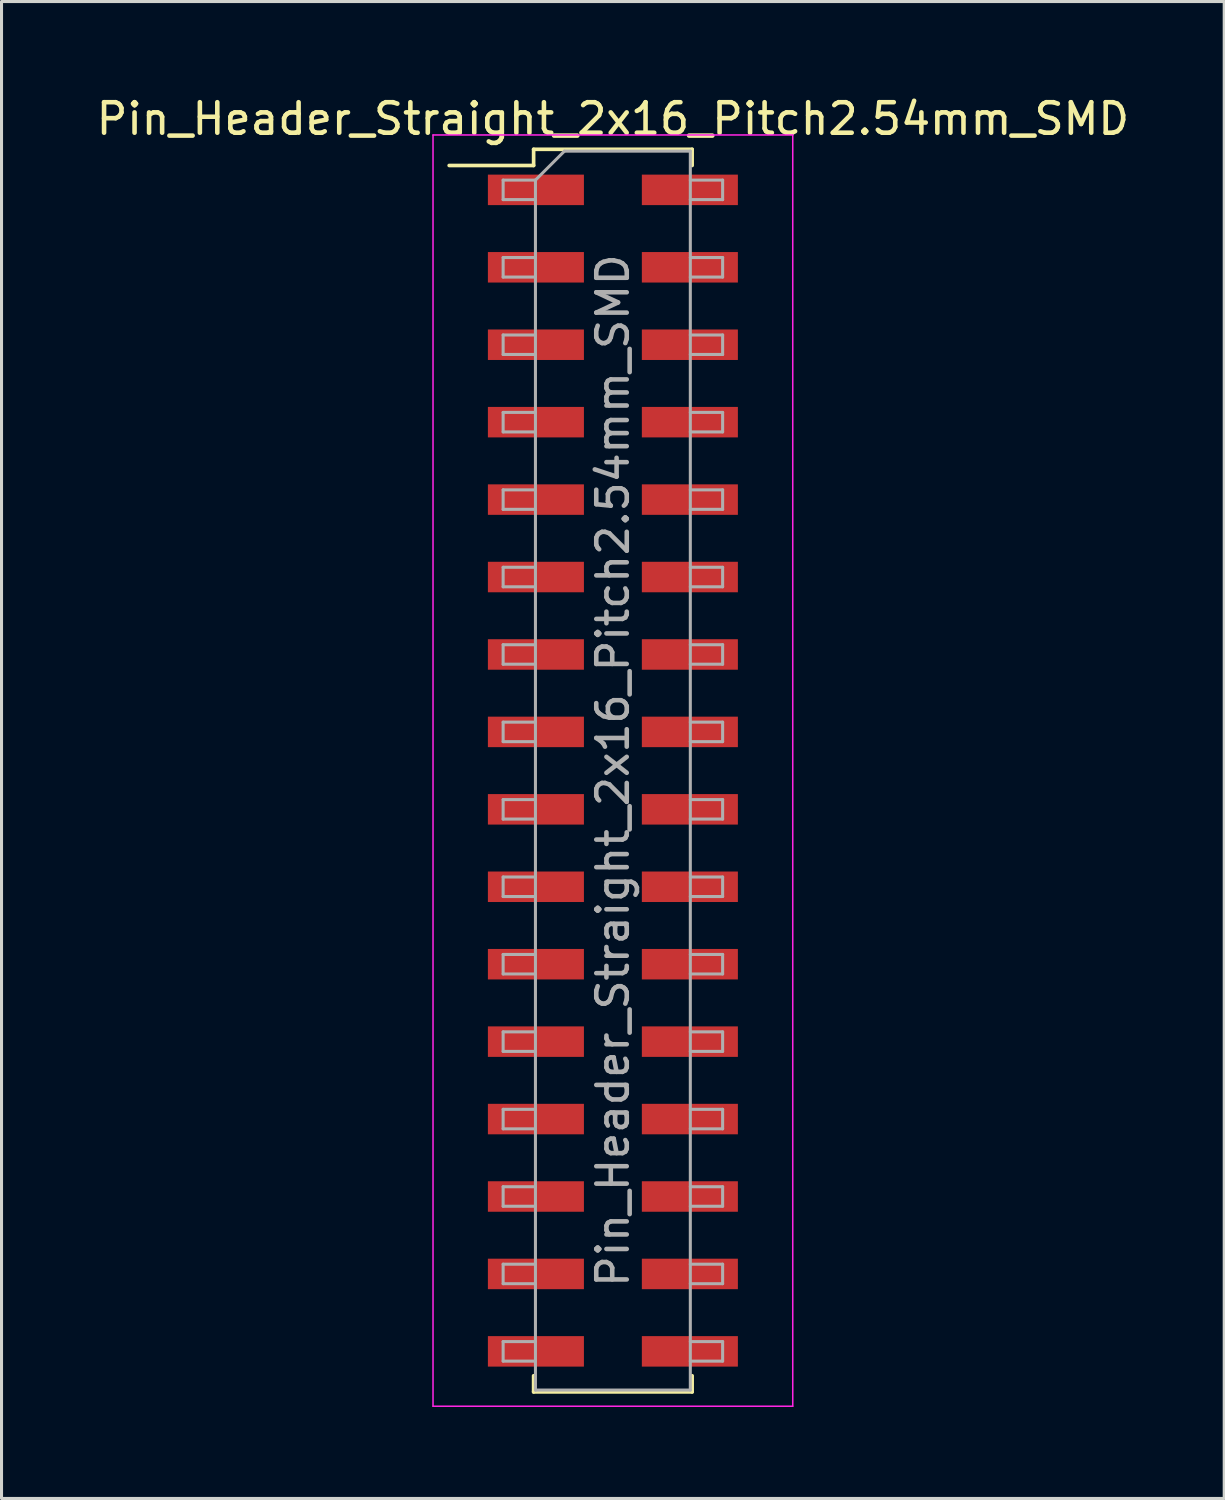
<source format=kicad_pcb>
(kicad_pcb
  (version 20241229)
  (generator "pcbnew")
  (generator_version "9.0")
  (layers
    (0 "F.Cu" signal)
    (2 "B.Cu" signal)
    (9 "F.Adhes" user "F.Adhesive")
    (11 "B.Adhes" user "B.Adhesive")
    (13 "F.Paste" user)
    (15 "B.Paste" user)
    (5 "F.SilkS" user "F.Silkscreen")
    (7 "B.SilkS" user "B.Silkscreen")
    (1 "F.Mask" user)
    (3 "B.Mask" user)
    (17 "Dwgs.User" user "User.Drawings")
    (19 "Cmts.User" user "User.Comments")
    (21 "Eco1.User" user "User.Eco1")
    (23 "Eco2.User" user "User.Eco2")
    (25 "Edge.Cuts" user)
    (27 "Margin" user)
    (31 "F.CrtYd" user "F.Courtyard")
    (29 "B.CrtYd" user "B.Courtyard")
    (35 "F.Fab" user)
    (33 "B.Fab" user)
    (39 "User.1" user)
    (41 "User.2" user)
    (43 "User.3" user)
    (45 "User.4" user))
  (footprint "Pin_Header_Straight_2x16_Pitch2.54mm_SMD"
    (layer "F.Cu")
    (at 17.054 22.228)
    (property "Reference" "Pin_Header_Straight_2x16_Pitch2.54mm_SMD" (at 0 -21.38 0) (layer "F.SilkS") (effects (font (size 1 1) (thickness 0.15))))
    (attr smd)
    (fp_line (start -5.37 -19.85) (end -2.6 -19.85) (stroke (width 0.12) (type solid)) (layer "F.SilkS"))
    (fp_line (start -2.6 -20.38) (end 2.6 -20.38) (stroke (width 0.12) (type solid)) (layer "F.SilkS"))
    (fp_line (start -2.6 -19.85) (end -2.6 -20.38) (stroke (width 0.12) (type solid)) (layer "F.SilkS"))
    (fp_line (start -2.6 19.85) (end -2.6 20.38) (stroke (width 0.12) (type solid)) (layer "F.SilkS"))
    (fp_line (start -2.6 20.38) (end 2.6 20.38) (stroke (width 0.12) (type solid)) (layer "F.SilkS"))
    (fp_line (start 2.6 -20.38) (end 2.6 -19.85) (stroke (width 0.12) (type solid)) (layer "F.SilkS"))
    (fp_line (start 2.6 20.38) (end 2.6 19.85) (stroke (width 0.12) (type solid)) (layer "F.SilkS"))
    (fp_line (start -5.9 -20.85) (end -5.9 20.85) (stroke (width 0.05) (type solid)) (layer "F.CrtYd"))
    (fp_line (start -5.9 20.85) (end 5.9 20.85) (stroke (width 0.05) (type solid)) (layer "F.CrtYd"))
    (fp_line (start 5.9 -20.85) (end -5.9 -20.85) (stroke (width 0.05) (type solid)) (layer "F.CrtYd"))
    (fp_line (start 5.9 20.85) (end 5.9 -20.85) (stroke (width 0.05) (type solid)) (layer "F.CrtYd"))
    (fp_line (start -3.6 -19.37) (end -3.6 -18.73) (stroke (width 0.1) (type solid)) (layer "F.Fab"))
    (fp_line (start -3.6 -18.73) (end -2.54 -18.73) (stroke (width 0.1) (type solid)) (layer "F.Fab"))
    (fp_line (start -3.6 -16.83) (end -3.6 -16.19) (stroke (width 0.1) (type solid)) (layer "F.Fab"))
    (fp_line (start -3.6 -16.19) (end -2.54 -16.19) (stroke (width 0.1) (type solid)) (layer "F.Fab"))
    (fp_line (start -3.6 -14.29) (end -3.6 -13.65) (stroke (width 0.1) (type solid)) (layer "F.Fab"))
    (fp_line (start -3.6 -13.65) (end -2.54 -13.65) (stroke (width 0.1) (type solid)) (layer "F.Fab"))
    (fp_line (start -3.6 -11.75) (end -3.6 -11.11) (stroke (width 0.1) (type solid)) (layer "F.Fab"))
    (fp_line (start -3.6 -11.11) (end -2.54 -11.11) (stroke (width 0.1) (type solid)) (layer "F.Fab"))
    (fp_line (start -3.6 -9.21) (end -3.6 -8.57) (stroke (width 0.1) (type solid)) (layer "F.Fab"))
    (fp_line (start -3.6 -8.57) (end -2.54 -8.57) (stroke (width 0.1) (type solid)) (layer "F.Fab"))
    (fp_line (start -3.6 -6.67) (end -3.6 -6.03) (stroke (width 0.1) (type solid)) (layer "F.Fab"))
    (fp_line (start -3.6 -6.03) (end -2.54 -6.03) (stroke (width 0.1) (type solid)) (layer "F.Fab"))
    (fp_line (start -3.6 -4.13) (end -3.6 -3.49) (stroke (width 0.1) (type solid)) (layer "F.Fab"))
    (fp_line (start -3.6 -3.49) (end -2.54 -3.49) (stroke (width 0.1) (type solid)) (layer "F.Fab"))
    (fp_line (start -3.6 -1.59) (end -3.6 -0.95) (stroke (width 0.1) (type solid)) (layer "F.Fab"))
    (fp_line (start -3.6 -0.95) (end -2.54 -0.95) (stroke (width 0.1) (type solid)) (layer "F.Fab"))
    (fp_line (start -3.6 0.95) (end -3.6 1.59) (stroke (width 0.1) (type solid)) (layer "F.Fab"))
    (fp_line (start -3.6 1.59) (end -2.54 1.59) (stroke (width 0.1) (type solid)) (layer "F.Fab"))
    (fp_line (start -3.6 3.49) (end -3.6 4.13) (stroke (width 0.1) (type solid)) (layer "F.Fab"))
    (fp_line (start -3.6 4.13) (end -2.54 4.13) (stroke (width 0.1) (type solid)) (layer "F.Fab"))
    (fp_line (start -3.6 6.03) (end -3.6 6.67) (stroke (width 0.1) (type solid)) (layer "F.Fab"))
    (fp_line (start -3.6 6.67) (end -2.54 6.67) (stroke (width 0.1) (type solid)) (layer "F.Fab"))
    (fp_line (start -3.6 8.57) (end -3.6 9.21) (stroke (width 0.1) (type solid)) (layer "F.Fab"))
    (fp_line (start -3.6 9.21) (end -2.54 9.21) (stroke (width 0.1) (type solid)) (layer "F.Fab"))
    (fp_line (start -3.6 11.11) (end -3.6 11.75) (stroke (width 0.1) (type solid)) (layer "F.Fab"))
    (fp_line (start -3.6 11.75) (end -2.54 11.75) (stroke (width 0.1) (type solid)) (layer "F.Fab"))
    (fp_line (start -3.6 13.65) (end -3.6 14.29) (stroke (width 0.1) (type solid)) (layer "F.Fab"))
    (fp_line (start -3.6 14.29) (end -2.54 14.29) (stroke (width 0.1) (type solid)) (layer "F.Fab"))
    (fp_line (start -3.6 16.19) (end -3.6 16.83) (stroke (width 0.1) (type solid)) (layer "F.Fab"))
    (fp_line (start -3.6 16.83) (end -2.54 16.83) (stroke (width 0.1) (type solid)) (layer "F.Fab"))
    (fp_line (start -3.6 18.73) (end -3.6 19.37) (stroke (width 0.1) (type solid)) (layer "F.Fab"))
    (fp_line (start -3.6 19.37) (end -2.54 19.37) (stroke (width 0.1) (type solid)) (layer "F.Fab"))
    (fp_line (start -2.54 -19.37) (end -3.6 -19.37) (stroke (width 0.1) (type solid)) (layer "F.Fab"))
    (fp_line (start -2.54 -19.37) (end -1.59 -20.32) (stroke (width 0.1) (type solid)) (layer "F.Fab"))
    (fp_line (start -2.54 -16.83) (end -3.6 -16.83) (stroke (width 0.1) (type solid)) (layer "F.Fab"))
    (fp_line (start -2.54 -14.29) (end -3.6 -14.29) (stroke (width 0.1) (type solid)) (layer "F.Fab"))
    (fp_line (start -2.54 -11.75) (end -3.6 -11.75) (stroke (width 0.1) (type solid)) (layer "F.Fab"))
    (fp_line (start -2.54 -9.21) (end -3.6 -9.21) (stroke (width 0.1) (type solid)) (layer "F.Fab"))
    (fp_line (start -2.54 -6.67) (end -3.6 -6.67) (stroke (width 0.1) (type solid)) (layer "F.Fab"))
    (fp_line (start -2.54 -4.13) (end -3.6 -4.13) (stroke (width 0.1) (type solid)) (layer "F.Fab"))
    (fp_line (start -2.54 -1.59) (end -3.6 -1.59) (stroke (width 0.1) (type solid)) (layer "F.Fab"))
    (fp_line (start -2.54 0.95) (end -3.6 0.95) (stroke (width 0.1) (type solid)) (layer "F.Fab"))
    (fp_line (start -2.54 3.49) (end -3.6 3.49) (stroke (width 0.1) (type solid)) (layer "F.Fab"))
    (fp_line (start -2.54 6.03) (end -3.6 6.03) (stroke (width 0.1) (type solid)) (layer "F.Fab"))
    (fp_line (start -2.54 8.57) (end -3.6 8.57) (stroke (width 0.1) (type solid)) (layer "F.Fab"))
    (fp_line (start -2.54 11.11) (end -3.6 11.11) (stroke (width 0.1) (type solid)) (layer "F.Fab"))
    (fp_line (start -2.54 13.65) (end -3.6 13.65) (stroke (width 0.1) (type solid)) (layer "F.Fab"))
    (fp_line (start -2.54 16.19) (end -3.6 16.19) (stroke (width 0.1) (type solid)) (layer "F.Fab"))
    (fp_line (start -2.54 18.73) (end -3.6 18.73) (stroke (width 0.1) (type solid)) (layer "F.Fab"))
    (fp_line (start -2.54 20.32) (end -2.54 -19.37) (stroke (width 0.1) (type solid)) (layer "F.Fab"))
    (fp_line (start -1.59 -20.32) (end 2.54 -20.32) (stroke (width 0.1) (type solid)) (layer "F.Fab"))
    (fp_line (start 2.54 -20.32) (end 2.54 20.32) (stroke (width 0.1) (type solid)) (layer "F.Fab"))
    (fp_line (start 2.54 -19.37) (end 3.6 -19.37) (stroke (width 0.1) (type solid)) (layer "F.Fab"))
    (fp_line (start 2.54 -16.83) (end 3.6 -16.83) (stroke (width 0.1) (type solid)) (layer "F.Fab"))
    (fp_line (start 2.54 -14.29) (end 3.6 -14.29) (stroke (width 0.1) (type solid)) (layer "F.Fab"))
    (fp_line (start 2.54 -11.75) (end 3.6 -11.75) (stroke (width 0.1) (type solid)) (layer "F.Fab"))
    (fp_line (start 2.54 -9.21) (end 3.6 -9.21) (stroke (width 0.1) (type solid)) (layer "F.Fab"))
    (fp_line (start 2.54 -6.67) (end 3.6 -6.67) (stroke (width 0.1) (type solid)) (layer "F.Fab"))
    (fp_line (start 2.54 -4.13) (end 3.6 -4.13) (stroke (width 0.1) (type solid)) (layer "F.Fab"))
    (fp_line (start 2.54 -1.59) (end 3.6 -1.59) (stroke (width 0.1) (type solid)) (layer "F.Fab"))
    (fp_line (start 2.54 0.95) (end 3.6 0.95) (stroke (width 0.1) (type solid)) (layer "F.Fab"))
    (fp_line (start 2.54 3.49) (end 3.6 3.49) (stroke (width 0.1) (type solid)) (layer "F.Fab"))
    (fp_line (start 2.54 6.03) (end 3.6 6.03) (stroke (width 0.1) (type solid)) (layer "F.Fab"))
    (fp_line (start 2.54 8.57) (end 3.6 8.57) (stroke (width 0.1) (type solid)) (layer "F.Fab"))
    (fp_line (start 2.54 11.11) (end 3.6 11.11) (stroke (width 0.1) (type solid)) (layer "F.Fab"))
    (fp_line (start 2.54 13.65) (end 3.6 13.65) (stroke (width 0.1) (type solid)) (layer "F.Fab"))
    (fp_line (start 2.54 16.19) (end 3.6 16.19) (stroke (width 0.1) (type solid)) (layer "F.Fab"))
    (fp_line (start 2.54 18.73) (end 3.6 18.73) (stroke (width 0.1) (type solid)) (layer "F.Fab"))
    (fp_line (start 2.54 20.32) (end -2.54 20.32) (stroke (width 0.1) (type solid)) (layer "F.Fab"))
    (fp_line (start 3.6 -19.37) (end 3.6 -18.73) (stroke (width 0.1) (type solid)) (layer "F.Fab"))
    (fp_line (start 3.6 -18.73) (end 2.54 -18.73) (stroke (width 0.1) (type solid)) (layer "F.Fab"))
    (fp_line (start 3.6 -16.83) (end 3.6 -16.19) (stroke (width 0.1) (type solid)) (layer "F.Fab"))
    (fp_line (start 3.6 -16.19) (end 2.54 -16.19) (stroke (width 0.1) (type solid)) (layer "F.Fab"))
    (fp_line (start 3.6 -14.29) (end 3.6 -13.65) (stroke (width 0.1) (type solid)) (layer "F.Fab"))
    (fp_line (start 3.6 -13.65) (end 2.54 -13.65) (stroke (width 0.1) (type solid)) (layer "F.Fab"))
    (fp_line (start 3.6 -11.75) (end 3.6 -11.11) (stroke (width 0.1) (type solid)) (layer "F.Fab"))
    (fp_line (start 3.6 -11.11) (end 2.54 -11.11) (stroke (width 0.1) (type solid)) (layer "F.Fab"))
    (fp_line (start 3.6 -9.21) (end 3.6 -8.57) (stroke (width 0.1) (type solid)) (layer "F.Fab"))
    (fp_line (start 3.6 -8.57) (end 2.54 -8.57) (stroke (width 0.1) (type solid)) (layer "F.Fab"))
    (fp_line (start 3.6 -6.67) (end 3.6 -6.03) (stroke (width 0.1) (type solid)) (layer "F.Fab"))
    (fp_line (start 3.6 -6.03) (end 2.54 -6.03) (stroke (width 0.1) (type solid)) (layer "F.Fab"))
    (fp_line (start 3.6 -4.13) (end 3.6 -3.49) (stroke (width 0.1) (type solid)) (layer "F.Fab"))
    (fp_line (start 3.6 -3.49) (end 2.54 -3.49) (stroke (width 0.1) (type solid)) (layer "F.Fab"))
    (fp_line (start 3.6 -1.59) (end 3.6 -0.95) (stroke (width 0.1) (type solid)) (layer "F.Fab"))
    (fp_line (start 3.6 -0.95) (end 2.54 -0.95) (stroke (width 0.1) (type solid)) (layer "F.Fab"))
    (fp_line (start 3.6 0.95) (end 3.6 1.59) (stroke (width 0.1) (type solid)) (layer "F.Fab"))
    (fp_line (start 3.6 1.59) (end 2.54 1.59) (stroke (width 0.1) (type solid)) (layer "F.Fab"))
    (fp_line (start 3.6 3.49) (end 3.6 4.13) (stroke (width 0.1) (type solid)) (layer "F.Fab"))
    (fp_line (start 3.6 4.13) (end 2.54 4.13) (stroke (width 0.1) (type solid)) (layer "F.Fab"))
    (fp_line (start 3.6 6.03) (end 3.6 6.67) (stroke (width 0.1) (type solid)) (layer "F.Fab"))
    (fp_line (start 3.6 6.67) (end 2.54 6.67) (stroke (width 0.1) (type solid)) (layer "F.Fab"))
    (fp_line (start 3.6 8.57) (end 3.6 9.21) (stroke (width 0.1) (type solid)) (layer "F.Fab"))
    (fp_line (start 3.6 9.21) (end 2.54 9.21) (stroke (width 0.1) (type solid)) (layer "F.Fab"))
    (fp_line (start 3.6 11.11) (end 3.6 11.75) (stroke (width 0.1) (type solid)) (layer "F.Fab"))
    (fp_line (start 3.6 11.75) (end 2.54 11.75) (stroke (width 0.1) (type solid)) (layer "F.Fab"))
    (fp_line (start 3.6 13.65) (end 3.6 14.29) (stroke (width 0.1) (type solid)) (layer "F.Fab"))
    (fp_line (start 3.6 14.29) (end 2.54 14.29) (stroke (width 0.1) (type solid)) (layer "F.Fab"))
    (fp_line (start 3.6 16.19) (end 3.6 16.83) (stroke (width 0.1) (type solid)) (layer "F.Fab"))
    (fp_line (start 3.6 16.83) (end 2.54 16.83) (stroke (width 0.1) (type solid)) (layer "F.Fab"))
    (fp_line (start 3.6 18.73) (end 3.6 19.37) (stroke (width 0.1) (type solid)) (layer "F.Fab"))
    (fp_line (start 3.6 19.37) (end 2.54 19.37) (stroke (width 0.1) (type solid)) (layer "F.Fab"))
    (fp_text user "${REFERENCE}" (at 0 0 90) (layer "F.Fab") (effects (font (size 1 1) (thickness 0.15))))
    (pad "1" smd rect (at -2.525 -19.05) (size 3.15 1) (layers "F.Cu" "F.Mask" "F.Paste"))
    (pad "2" smd rect (at 2.525 -19.05) (size 3.15 1) (layers "F.Cu" "F.Mask" "F.Paste"))
    (pad "3" smd rect (at -2.525 -16.51) (size 3.15 1) (layers "F.Cu" "F.Mask" "F.Paste"))
    (pad "4" smd rect (at 2.525 -16.51) (size 3.15 1) (layers "F.Cu" "F.Mask" "F.Paste"))
    (pad "5" smd rect (at -2.525 -13.97) (size 3.15 1) (layers "F.Cu" "F.Mask" "F.Paste"))
    (pad "6" smd rect (at 2.525 -13.97) (size 3.15 1) (layers "F.Cu" "F.Mask" "F.Paste"))
    (pad "7" smd rect (at -2.525 -11.43) (size 3.15 1) (layers "F.Cu" "F.Mask" "F.Paste"))
    (pad "8" smd rect (at 2.525 -11.43) (size 3.15 1) (layers "F.Cu" "F.Mask" "F.Paste"))
    (pad "9" smd rect (at -2.525 -8.89) (size 3.15 1) (layers "F.Cu" "F.Mask" "F.Paste"))
    (pad "10" smd rect (at 2.525 -8.89) (size 3.15 1) (layers "F.Cu" "F.Mask" "F.Paste"))
    (pad "11" smd rect (at -2.525 -6.35) (size 3.15 1) (layers "F.Cu" "F.Mask" "F.Paste"))
    (pad "12" smd rect (at 2.525 -6.35) (size 3.15 1) (layers "F.Cu" "F.Mask" "F.Paste"))
    (pad "13" smd rect (at -2.525 -3.81) (size 3.15 1) (layers "F.Cu" "F.Mask" "F.Paste"))
    (pad "14" smd rect (at 2.525 -3.81) (size 3.15 1) (layers "F.Cu" "F.Mask" "F.Paste"))
    (pad "15" smd rect (at -2.525 -1.27) (size 3.15 1) (layers "F.Cu" "F.Mask" "F.Paste"))
    (pad "16" smd rect (at 2.525 -1.27) (size 3.15 1) (layers "F.Cu" "F.Mask" "F.Paste"))
    (pad "17" smd rect (at -2.525 1.27) (size 3.15 1) (layers "F.Cu" "F.Mask" "F.Paste"))
    (pad "18" smd rect (at 2.525 1.27) (size 3.15 1) (layers "F.Cu" "F.Mask" "F.Paste"))
    (pad "19" smd rect (at -2.525 3.81) (size 3.15 1) (layers "F.Cu" "F.Mask" "F.Paste"))
    (pad "20" smd rect (at 2.525 3.81) (size 3.15 1) (layers "F.Cu" "F.Mask" "F.Paste"))
    (pad "21" smd rect (at -2.525 6.35) (size 3.15 1) (layers "F.Cu" "F.Mask" "F.Paste"))
    (pad "22" smd rect (at 2.525 6.35) (size 3.15 1) (layers "F.Cu" "F.Mask" "F.Paste"))
    (pad "23" smd rect (at -2.525 8.89) (size 3.15 1) (layers "F.Cu" "F.Mask" "F.Paste"))
    (pad "24" smd rect (at 2.525 8.89) (size 3.15 1) (layers "F.Cu" "F.Mask" "F.Paste"))
    (pad "25" smd rect (at -2.525 11.43) (size 3.15 1) (layers "F.Cu" "F.Mask" "F.Paste"))
    (pad "26" smd rect (at 2.525 11.43) (size 3.15 1) (layers "F.Cu" "F.Mask" "F.Paste"))
    (pad "27" smd rect (at -2.525 13.97) (size 3.15 1) (layers "F.Cu" "F.Mask" "F.Paste"))
    (pad "28" smd rect (at 2.525 13.97) (size 3.15 1) (layers "F.Cu" "F.Mask" "F.Paste"))
    (pad "29" smd rect (at -2.525 16.51) (size 3.15 1) (layers "F.Cu" "F.Mask" "F.Paste"))
    (pad "30" smd rect (at 2.525 16.51) (size 3.15 1) (layers "F.Cu" "F.Mask" "F.Paste"))
    (pad "31" smd rect (at -2.525 19.05) (size 3.15 1) (layers "F.Cu" "F.Mask" "F.Paste"))
    (pad "32" smd rect (at 2.525 19.05) (size 3.15 1) (layers "F.Cu" "F.Mask" "F.Paste")))
  (gr_rect
    (start -3 -3)
    (end 37.107 46.103)
    (stroke (width 0.1) (type default))
    (fill no)
    (layer "Edge.Cuts")))
</source>
